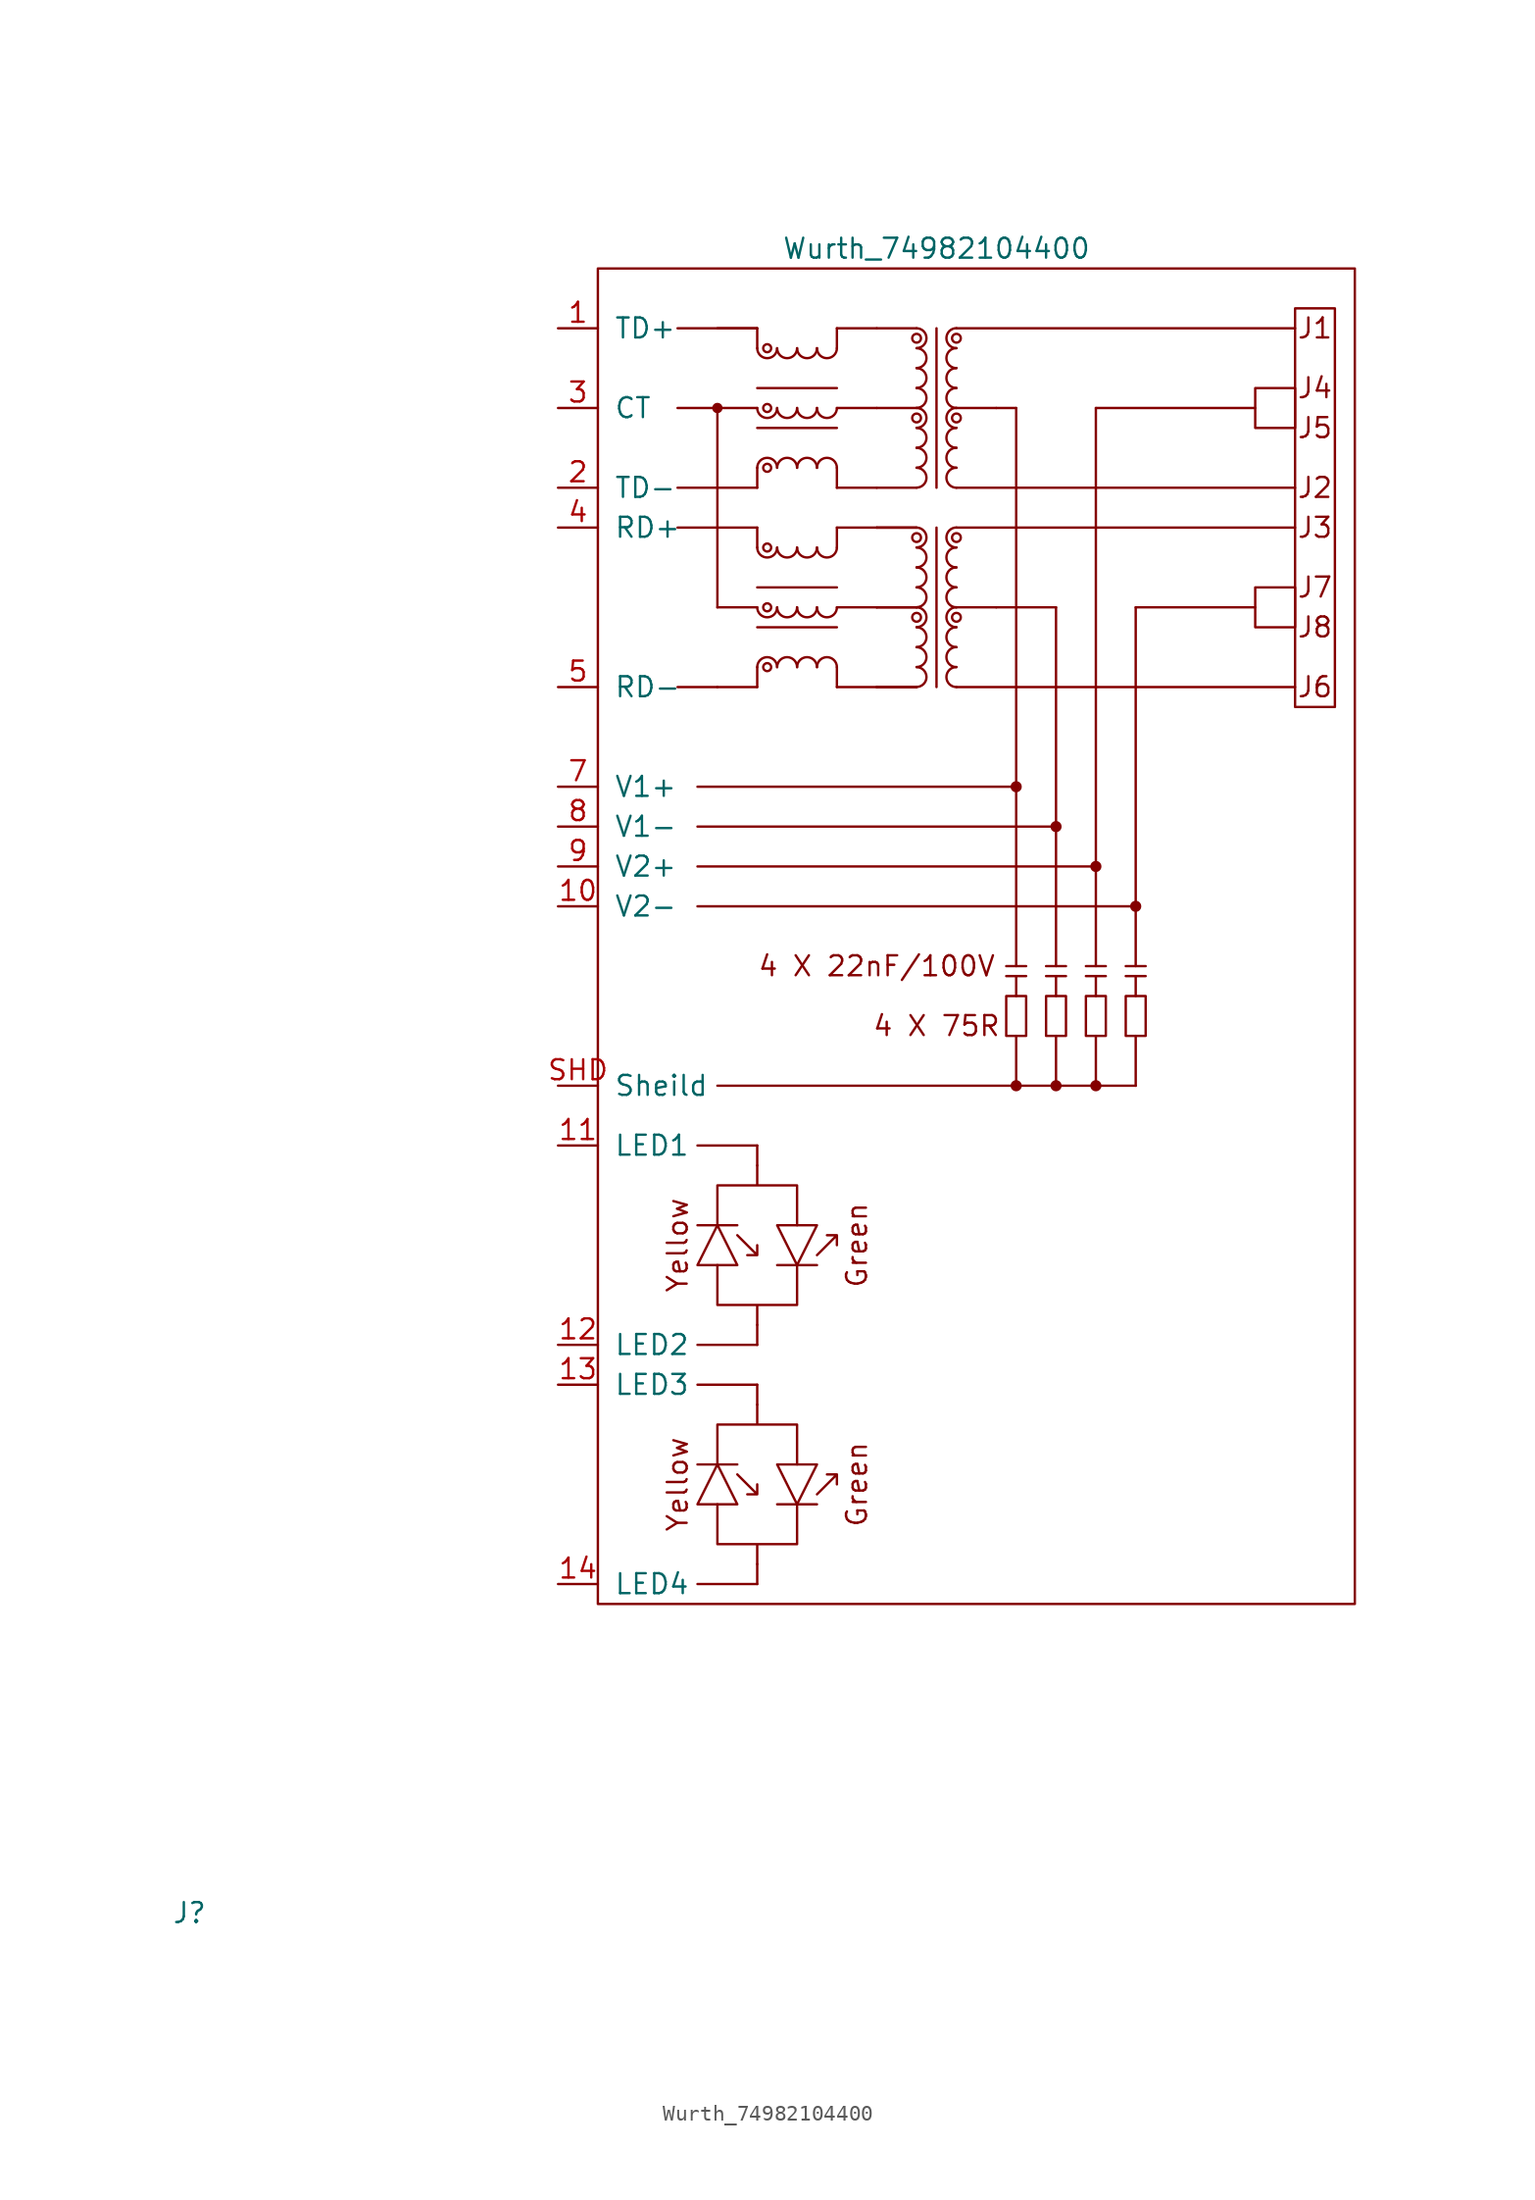
<source format=kicad_sym>
(kicad_symbol_lib
  (version 20211014)
  (generator kicad_symbol_editor)
  (symbol "Wurth_74982104400"
    (pin_names
      (offset 1.016))
    (property "Reference" "J"
      (at -50.165 -62.865 0)
      (effects (font (size 1.27 1.27))))
    (property "Value" "Wurth_74982104400"
      (at -2.54 43.18 0)
      (effects (font (size 1.27 1.27))))
    (symbol "Wurth_74982104400_0_0"
      (rectangle (start -19.05 15.24) (end -16.51 15.24) (stroke (width 0) (type default) (color 0 0 0 0)) (fill (type none)))
      (rectangle (start -19.05 25.4) (end -16.51 25.4) (stroke (width 0) (type default) (color 0 0 0 0)) (fill (type none)))
      (rectangle (start -19.05 27.94) (end -16.51 27.94) (stroke (width 0) (type default) (color 0 0 0 0)) (fill (type none)))
      (rectangle (start -19.05 33.02) (end -16.51 33.02) (stroke (width 0) (type default) (color 0 0 0 0)) (fill (type none)))
      (rectangle (start -19.05 38.1) (end -13.97 38.1) (stroke (width 0) (type default) (color 0 0 0 0)) (fill (type none)))
      (rectangle (start -17.78 -41.91) (end -13.97 -41.91) (stroke (width 0) (type default) (color 0 0 0 0)) (fill (type none)))
      (rectangle (start -17.78 -29.21) (end -13.97 -29.21) (stroke (width 0) (type default) (color 0 0 0 0)) (fill (type none)))
      (rectangle (start -17.78 -13.97) (end -13.97 -13.97) (stroke (width 0) (type default) (color 0 0 0 0)) (fill (type none)))
      (rectangle (start -17.78 1.27) (end 10.16 1.27) (stroke (width 0) (type default) (color 0 0 0 0)) (fill (type none)))
      (rectangle (start -17.78 3.81) (end 7.62 3.81) (stroke (width 0) (type default) (color 0 0 0 0)) (fill (type none)))
      (rectangle (start -17.78 6.35) (end 5.08 6.35) (stroke (width 0) (type default) (color 0 0 0 0)) (fill (type none)))
      (rectangle (start -17.78 8.89) (end 2.54 8.89) (stroke (width 0) (type default) (color 0 0 0 0)) (fill (type none)))
      (rectangle (start -16.51 20.32) (end -16.51 33.02) (stroke (width 0) (type default) (color 0 0 0 0)) (fill (type none)))
      (rectangle (start -16.51 27.94) (end -13.97 27.94) (stroke (width 0) (type default) (color 0 0 0 0)) (fill (type none)))
      (circle (center -16.51 33.02) (radius 0.254) (stroke (width 0) (type default) (color 0 0 0 0)) (fill (type outline)))
      (rectangle (start -13.97 -40.64) (end -13.97 -41.91) (stroke (width 0) (type default) (color 0 0 0 0)) (fill (type none)))
      (rectangle (start -13.97 -29.21) (end -13.97 -30.48) (stroke (width 0) (type default) (color 0 0 0 0)) (fill (type none)))
      (rectangle (start -13.97 -26.67) (end -17.78 -26.67) (stroke (width 0) (type default) (color 0 0 0 0)) (fill (type none)))
      (rectangle (start -13.97 -25.4) (end -13.97 -26.67) (stroke (width 0) (type default) (color 0 0 0 0)) (fill (type none)))
      (rectangle (start -13.97 -13.97) (end -13.97 -15.24) (stroke (width 0) (type default) (color 0 0 0 0)) (fill (type none)))
      (rectangle (start -13.97 29.21) (end -13.97 27.94) (stroke (width 0) (type default) (color 0 0 0 0)) (fill (type none)))
      (rectangle (start -13.97 31.75) (end -8.89 31.75) (stroke (width 0) (type default) (color 0 0 0 0)) (fill (type none)))
      (arc (start -13.97 33.02) (mid -13.335 32.385) (end -12.7 33.02) (stroke (width 0) (type default) (color 0 0 0 0)) (fill (type none)))
      (rectangle (start -13.97 34.29) (end -8.89 34.29) (stroke (width 0) (type default) (color 0 0 0 0)) (fill (type none)))
      (rectangle (start -13.97 36.83) (end -13.97 38.1) (stroke (width 0) (type default) (color 0 0 0 0)) (fill (type none)))
      (arc (start -13.97 36.83) (mid -13.335 36.195) (end -12.7 36.83) (stroke (width 0) (type default) (color 0 0 0 0)) (fill (type none)))
      (rectangle (start -13.97 38.1) (end -16.51 38.1) (stroke (width 0) (type default) (color 0 0 0 0)) (fill (type none)))
      (circle (center -13.335 29.21) (radius 0.254) (stroke (width 0) (type default) (color 0 0 0 0)) (fill (type none)))
      (circle (center -13.335 33.02) (radius 0.254) (stroke (width 0) (type default) (color 0 0 0 0)) (fill (type none)))
      (circle (center -13.335 36.83) (radius 0.254) (stroke (width 0) (type default) (color 0 0 0 0)) (fill (type none)))
      (arc (start -12.7 29.21) (mid -13.335 29.845) (end -13.97 29.21) (stroke (width 0) (type default) (color 0 0 0 0)) (fill (type none)))
      (arc (start -12.7 33.02) (mid -12.065 32.385) (end -11.43 33.02) (stroke (width 0) (type default) (color 0 0 0 0)) (fill (type none)))
      (arc (start -12.7 36.83) (mid -12.065 36.195) (end -11.43 36.83) (stroke (width 0) (type default) (color 0 0 0 0)) (fill (type none)))
      (arc (start -11.43 29.21) (mid -12.065 29.845) (end -12.7 29.21) (stroke (width 0) (type default) (color 0 0 0 0)) (fill (type none)))
      (arc (start -11.43 33.02) (mid -10.795 32.385) (end -10.16 33.02) (stroke (width 0) (type default) (color 0 0 0 0)) (fill (type none)))
      (arc (start -11.43 36.83) (mid -10.795 36.195) (end -10.16 36.83) (stroke (width 0) (type default) (color 0 0 0 0)) (fill (type none)))
      (arc (start -10.16 29.21) (mid -10.795 29.845) (end -11.43 29.21) (stroke (width 0) (type default) (color 0 0 0 0)) (fill (type none)))
      (arc (start -10.16 33.02) (mid -9.525 32.385) (end -8.89 33.02) (stroke (width 0) (type default) (color 0 0 0 0)) (fill (type none)))
      (arc (start -10.16 36.83) (mid -9.525 36.195) (end -8.89 36.83) (stroke (width 0) (type default) (color 0 0 0 0)) (fill (type none)))
      (rectangle (start -8.89 27.94) (end -6.35 27.94) (stroke (width 0) (type default) (color 0 0 0 0)) (fill (type none)))
      (arc (start -8.89 29.21) (mid -9.525 29.845) (end -10.16 29.21) (stroke (width 0) (type default) (color 0 0 0 0)) (fill (type none)))
      (rectangle (start -8.89 29.21) (end -8.89 27.94) (stroke (width 0) (type default) (color 0 0 0 0)) (fill (type none)))
      (rectangle (start -8.89 33.02) (end -6.35 33.02) (stroke (width 0) (type default) (color 0 0 0 0)) (fill (type none)))
      (rectangle (start -8.89 36.83) (end -8.89 38.1) (stroke (width 0) (type default) (color 0 0 0 0)) (fill (type none)))
      (rectangle (start -6.35 15.24) (end -3.81 15.24) (stroke (width 0) (type default) (color 0 0 0 0)) (fill (type none)))
      (rectangle (start -6.35 20.32) (end -3.81 20.32) (stroke (width 0) (type default) (color 0 0 0 0)) (fill (type none)))
      (rectangle (start -6.35 25.4) (end -3.81 25.4) (stroke (width 0) (type default) (color 0 0 0 0)) (fill (type none)))
      (rectangle (start -6.35 27.94) (end -3.81 27.94) (stroke (width 0) (type default) (color 0 0 0 0)) (fill (type none)))
      (rectangle (start -6.35 33.02) (end -3.81 33.02) (stroke (width 0) (type default) (color 0 0 0 0)) (fill (type none)))
      (rectangle (start -6.35 38.1) (end -8.89 38.1) (stroke (width 0) (type default) (color 0 0 0 0)) (fill (type none)))
      (rectangle (start -6.35 38.1) (end -3.81 38.1) (stroke (width 0) (type default) (color 0 0 0 0)) (fill (type none)))
      (arc (start -3.81 27.94) (mid -3.175 28.575) (end -3.81 29.21) (stroke (width 0) (type default) (color 0 0 0 0)) (fill (type none)))
      (arc (start -3.81 29.21) (mid -3.175 29.845) (end -3.81 30.48) (stroke (width 0) (type default) (color 0 0 0 0)) (fill (type none)))
      (arc (start -3.81 30.48) (mid -3.175 31.115) (end -3.81 31.75) (stroke (width 0) (type default) (color 0 0 0 0)) (fill (type none)))
      (arc (start -3.81 31.75) (mid -3.175 32.385) (end -3.81 33.02) (stroke (width 0) (type default) (color 0 0 0 0)) (fill (type none)))
      (circle (center -3.81 32.385) (radius 0.279) (stroke (width 0) (type default) (color 0 0 0 0)) (fill (type none)))
      (arc (start -3.81 33.02) (mid -3.175 33.655) (end -3.81 34.29) (stroke (width 0) (type default) (color 0 0 0 0)) (fill (type none)))
      (arc (start -3.81 34.29) (mid -3.175 34.925) (end -3.81 35.56) (stroke (width 0) (type default) (color 0 0 0 0)) (fill (type none)))
      (arc (start -3.81 35.56) (mid -3.175 36.195) (end -3.81 36.83) (stroke (width 0) (type default) (color 0 0 0 0)) (fill (type none)))
      (arc (start -3.81 36.83) (mid -3.175 37.465) (end -3.81 38.1) (stroke (width 0) (type default) (color 0 0 0 0)) (fill (type none)))
      (circle (center -3.81 37.465) (radius 0.279) (stroke (width 0) (type default) (color 0 0 0 0)) (fill (type none)))
      (rectangle (start -2.54 38.1) (end -2.54 27.94) (stroke (width 0) (type default) (color 0 0 0 0)) (fill (type none)))
      (rectangle (start -1.27 15.24) (end 20.32 15.24) (stroke (width 0) (type default) (color 0 0 0 0)) (fill (type none)))
      (rectangle (start -1.27 20.32) (end 1.27 20.32) (stroke (width 0) (type default) (color 0 0 0 0)) (fill (type none)))
      (rectangle (start -1.27 25.4) (end 20.32 25.4) (stroke (width 0) (type default) (color 0 0 0 0)) (fill (type none)))
      (rectangle (start -1.27 27.94) (end 20.32 27.94) (stroke (width 0) (type default) (color 0 0 0 0)) (fill (type none)))
      (arc (start -1.27 29.21) (mid -1.905 28.575) (end -1.27 27.94) (stroke (width 0) (type default) (color 0 0 0 0)) (fill (type none)))
      (arc (start -1.27 30.48) (mid -1.905 29.845) (end -1.27 29.21) (stroke (width 0) (type default) (color 0 0 0 0)) (fill (type none)))
      (arc (start -1.27 31.75) (mid -1.905 31.115) (end -1.27 30.48) (stroke (width 0) (type default) (color 0 0 0 0)) (fill (type none)))
      (circle (center -1.27 32.385) (radius 0.279) (stroke (width 0) (type default) (color 0 0 0 0)) (fill (type none)))
      (arc (start -1.27 33.02) (mid -1.905 32.385) (end -1.27 31.75) (stroke (width 0) (type default) (color 0 0 0 0)) (fill (type none)))
      (rectangle (start -1.27 33.02) (end 1.27 33.02) (stroke (width 0) (type default) (color 0 0 0 0)) (fill (type none)))
      (arc (start -1.27 34.29) (mid -1.905 33.655) (end -1.27 33.02) (stroke (width 0) (type default) (color 0 0 0 0)) (fill (type none)))
      (arc (start -1.27 35.56) (mid -1.905 34.925) (end -1.27 34.29) (stroke (width 0) (type default) (color 0 0 0 0)) (fill (type none)))
      (arc (start -1.27 36.83) (mid -1.905 36.195) (end -1.27 35.56) (stroke (width 0) (type default) (color 0 0 0 0)) (fill (type none)))
      (circle (center -1.27 37.465) (radius 0.279) (stroke (width 0) (type default) (color 0 0 0 0)) (fill (type none)))
      (arc (start -1.27 38.1) (mid -1.905 37.465) (end -1.27 36.83) (stroke (width 0) (type default) (color 0 0 0 0)) (fill (type none)))
      (rectangle (start -1.27 38.1) (end 20.32 38.1) (stroke (width 0) (type default) (color 0 0 0 0)) (fill (type none)))
      (polyline (pts (xy -16.51 33.02) (xy -13.97 33.02)) (stroke (width 0) (type default) (color 0 0 0 0)) (fill (type none)))
      (rectangle (start 1.27 20.32) (end 5.08 20.32) (stroke (width 0) (type default) (color 0 0 0 0)) (fill (type none)))
      (rectangle (start 1.27 33.02) (end 2.54 33.02) (stroke (width 0) (type default) (color 0 0 0 0)) (fill (type none)))
      (rectangle (start 1.905 -4.445) (end 3.175 -6.985) (stroke (width 0) (type default) (color 0 0 0 0)) (fill (type none)))
      (rectangle (start 1.905 -3.175) (end 3.175 -3.175) (stroke (width 0) (type default) (color 0 0 0 0)) (fill (type none)))
      (rectangle (start 1.905 -2.54) (end 3.175 -2.54) (stroke (width 0) (type default) (color 0 0 0 0)) (fill (type none)))
      (circle (center 2.54 -10.16) (radius 0.279) (stroke (width 0) (type default) (color 0 0 0 0)) (fill (type outline)))
      (rectangle (start 2.54 -6.985) (end 2.54 -10.16) (stroke (width 0) (type default) (color 0 0 0 0)) (fill (type none)))
      (rectangle (start 2.54 -3.175) (end 2.54 -4.445) (stroke (width 0) (type default) (color 0 0 0 0)) (fill (type none)))
      (circle (center 2.54 8.89) (radius 0.279) (stroke (width 0) (type default) (color 0 0 0 0)) (fill (type outline)))
      (rectangle (start 2.54 33.02) (end 2.54 -2.54) (stroke (width 0) (type default) (color 0 0 0 0)) (fill (type none)))
      (rectangle (start 4.445 -4.445) (end 5.715 -6.985) (stroke (width 0) (type default) (color 0 0 0 0)) (fill (type none)))
      (rectangle (start 4.445 -3.175) (end 5.715 -3.175) (stroke (width 0) (type default) (color 0 0 0 0)) (fill (type none)))
      (rectangle (start 4.445 -2.54) (end 5.715 -2.54) (stroke (width 0) (type default) (color 0 0 0 0)) (fill (type none)))
      (circle (center 5.08 -10.16) (radius 0.279) (stroke (width 0) (type default) (color 0 0 0 0)) (fill (type outline)))
      (rectangle (start 5.08 -6.985) (end 5.08 -10.16) (stroke (width 0) (type default) (color 0 0 0 0)) (fill (type none)))
      (rectangle (start 5.08 -3.175) (end 5.08 -4.445) (stroke (width 0) (type default) (color 0 0 0 0)) (fill (type none)))
      (rectangle (start 5.08 -2.54) (end 5.08 20.32) (stroke (width 0) (type default) (color 0 0 0 0)) (fill (type none)))
      (circle (center 5.08 6.35) (radius 0.279) (stroke (width 0) (type default) (color 0 0 0 0)) (fill (type outline)))
      (rectangle (start 6.985 -4.445) (end 8.255 -6.985) (stroke (width 0) (type default) (color 0 0 0 0)) (fill (type none)))
      (rectangle (start 6.985 -3.175) (end 8.255 -3.175) (stroke (width 0) (type default) (color 0 0 0 0)) (fill (type none)))
      (rectangle (start 6.985 -2.54) (end 8.255 -2.54) (stroke (width 0) (type default) (color 0 0 0 0)) (fill (type none)))
      (circle (center 7.62 -10.16) (radius 0.279) (stroke (width 0) (type default) (color 0 0 0 0)) (fill (type outline)))
      (rectangle (start 7.62 -6.985) (end 7.62 -10.16) (stroke (width 0) (type default) (color 0 0 0 0)) (fill (type none)))
      (rectangle (start 7.62 -3.175) (end 7.62 -4.445) (stroke (width 0) (type default) (color 0 0 0 0)) (fill (type none)))
      (rectangle (start 7.62 -2.54) (end 7.62 33.02) (stroke (width 0) (type default) (color 0 0 0 0)) (fill (type none)))
      (circle (center 7.62 3.81) (radius 0.279) (stroke (width 0) (type default) (color 0 0 0 0)) (fill (type outline)))
      (rectangle (start 9.525 -4.445) (end 10.795 -6.985) (stroke (width 0) (type default) (color 0 0 0 0)) (fill (type none)))
      (rectangle (start 9.525 -3.175) (end 10.795 -3.175) (stroke (width 0) (type default) (color 0 0 0 0)) (fill (type none)))
      (rectangle (start 9.525 -2.54) (end 10.795 -2.54) (stroke (width 0) (type default) (color 0 0 0 0)) (fill (type none)))
      (rectangle (start 10.16 -10.16) (end -16.51 -10.16) (stroke (width 0) (type default) (color 0 0 0 0)) (fill (type none)))
      (rectangle (start 10.16 -6.985) (end 10.16 -10.16) (stroke (width 0) (type default) (color 0 0 0 0)) (fill (type none)))
      (rectangle (start 10.16 -3.175) (end 10.16 -4.445) (stroke (width 0) (type default) (color 0 0 0 0)) (fill (type none)))
      (circle (center 10.16 1.27) (radius 0.279) (stroke (width 0) (type default) (color 0 0 0 0)) (fill (type outline)))
      (rectangle (start 10.16 20.32) (end 10.16 -2.54) (stroke (width 0) (type default) (color 0 0 0 0)) (fill (type none)))
      (rectangle (start 17.78 20.32) (end 10.16 20.32) (stroke (width 0) (type default) (color 0 0 0 0)) (fill (type none)))
      (rectangle (start 17.78 33.02) (end 7.62 33.02) (stroke (width 0) (type default) (color 0 0 0 0)) (fill (type none)))
      (rectangle (start 20.32 21.59) (end 17.78 19.05) (stroke (width 0) (type default) (color 0 0 0 0)) (fill (type none)))
      (rectangle (start 20.32 34.29) (end 17.78 31.75) (stroke (width 0) (type default) (color 0 0 0 0)) (fill (type none)))
      (text "4 X 22nF/100V" (at -6.35 -2.54 0) (effects (font (size 1.27 1.27))))
      (text "4 X 75R" (at -2.54 -6.35 0) (effects (font (size 1.27 1.27))))
      (text "Green" (at -7.62 -20.32 900) (effects (font (size 1.27 1.27))))
      (text "J1" (at 21.59 38.1 0) (effects (font (size 1.27 1.27))))
      (text "J2" (at 21.59 27.94 0) (effects (font (size 1.27 1.27))))
      (text "J3" (at 21.59 25.4 0) (effects (font (size 1.27 1.27))))
      (text "J4" (at 21.59 34.29 0) (effects (font (size 1.27 1.27))))
      (text "J5" (at 21.59 31.75 0) (effects (font (size 1.27 1.27))))
      (text "J6" (at 21.59 15.24 0) (effects (font (size 1.27 1.27))))
      (text "J7" (at 21.59 21.59 0) (effects (font (size 1.27 1.27))))
      (text "J8" (at 21.59 19.05 0) (effects (font (size 1.27 1.27))))
      (text "Yellow" (at -19.05 -20.32 900) (effects (font (size 1.27 1.27)))))
    (symbol "Wurth_74982104400_0_1"
      (rectangle (start -24.13 41.91) (end 24.13 -43.18) (stroke (width 0) (type default) (color 0 0 0 0)) (fill (type none)))
      (polyline (pts (xy -15.24 -19.05) (xy -17.78 -19.05)) (stroke (width 0) (type default) (color 0 0 0 0)) (fill (type none)))
      (polyline (pts (xy -12.7 -21.59) (xy -10.16 -21.59)) (stroke (width 0) (type default) (color 0 0 0 0)) (fill (type none)))
      (polyline (pts (xy -15.24 -21.59) (xy -16.51 -19.05) (xy -17.78 -21.59) (xy -15.24 -21.59)) (stroke (width 0) (type default) (color 0 0 0 0)) (fill (type none)))
      (polyline (pts (xy -10.16 -19.05) (xy -11.43 -21.59) (xy -12.7 -19.05) (xy -10.16 -19.05)) (stroke (width 0) (type default) (color 0 0 0 0)) (fill (type none)))
      (polyline (pts (xy -15.24 -19.685) (xy -13.97 -20.955) (xy -14.605 -20.955) (xy -13.97 -20.955) (xy -13.97 -20.32)) (stroke (width 0) (type default) (color 0 0 0 0)) (fill (type none)))
      (polyline (pts (xy -10.16 -20.955) (xy -8.89 -19.685) (xy -9.525 -19.685) (xy -8.89 -19.685) (xy -8.89 -20.32)) (stroke (width 0) (type default) (color 0 0 0 0)) (fill (type none)))
      (polyline (pts (xy -16.51 -19.05) (xy -16.51 -16.51) (xy -13.97 -16.51) (xy -13.97 -15.24) (xy -13.97 -16.51) (xy -11.43 -16.51) (xy -11.43 -19.05)) (stroke (width 0) (type default) (color 0 0 0 0)) (fill (type none)))
      (polyline (pts (xy -11.43 -21.59) (xy -11.43 -24.13) (xy -13.97 -24.13) (xy -13.97 -25.4) (xy -13.97 -24.13) (xy -16.51 -24.13) (xy -16.51 -21.59)) (stroke (width 0) (type default) (color 0 0 0 0)) (fill (type none)))
      (rectangle (start 22.86 39.37) (end 20.32 13.97) (stroke (width 0) (type default) (color 0 0 0 0)) (fill (type none))))
    (symbol "Wurth_74982104400_1_1"
      (rectangle (start -16.51 15.24) (end -13.97 15.24) (stroke (width 0) (type default) (color 0 0 0 0)) (fill (type none)))
      (rectangle (start -13.97 16.51) (end -13.97 15.24) (stroke (width 0) (type default) (color 0 0 0 0)) (fill (type none)))
      (rectangle (start -13.97 19.05) (end -8.89 19.05) (stroke (width 0) (type default) (color 0 0 0 0)) (fill (type none)))
      (arc (start -13.97 20.32) (mid -13.335 19.685) (end -12.7 20.32) (stroke (width 0) (type default) (color 0 0 0 0)) (fill (type none)))
      (rectangle (start -13.97 21.59) (end -8.89 21.59) (stroke (width 0) (type default) (color 0 0 0 0)) (fill (type none)))
      (rectangle (start -13.97 24.13) (end -13.97 25.4) (stroke (width 0) (type default) (color 0 0 0 0)) (fill (type none)))
      (arc (start -13.97 24.13) (mid -13.335 23.495) (end -12.7 24.13) (stroke (width 0) (type default) (color 0 0 0 0)) (fill (type none)))
      (rectangle (start -13.97 25.4) (end -16.51 25.4) (stroke (width 0) (type default) (color 0 0 0 0)) (fill (type none)))
      (circle (center -13.335 16.51) (radius 0.254) (stroke (width 0) (type default) (color 0 0 0 0)) (fill (type none)))
      (circle (center -13.335 20.32) (radius 0.254) (stroke (width 0) (type default) (color 0 0 0 0)) (fill (type none)))
      (circle (center -13.335 24.13) (radius 0.254) (stroke (width 0) (type default) (color 0 0 0 0)) (fill (type none)))
      (arc (start -12.7 16.51) (mid -13.335 17.145) (end -13.97 16.51) (stroke (width 0) (type default) (color 0 0 0 0)) (fill (type none)))
      (arc (start -12.7 20.32) (mid -12.065 19.685) (end -11.43 20.32) (stroke (width 0) (type default) (color 0 0 0 0)) (fill (type none)))
      (arc (start -12.7 24.13) (mid -12.065 23.495) (end -11.43 24.13) (stroke (width 0) (type default) (color 0 0 0 0)) (fill (type none)))
      (arc (start -11.43 16.51) (mid -12.065 17.145) (end -12.7 16.51) (stroke (width 0) (type default) (color 0 0 0 0)) (fill (type none)))
      (arc (start -11.43 20.32) (mid -10.795 19.685) (end -10.16 20.32) (stroke (width 0) (type default) (color 0 0 0 0)) (fill (type none)))
      (arc (start -11.43 24.13) (mid -10.795 23.495) (end -10.16 24.13) (stroke (width 0) (type default) (color 0 0 0 0)) (fill (type none)))
      (arc (start -10.16 16.51) (mid -10.795 17.145) (end -11.43 16.51) (stroke (width 0) (type default) (color 0 0 0 0)) (fill (type none)))
      (arc (start -10.16 20.32) (mid -9.525 19.685) (end -8.89 20.32) (stroke (width 0) (type default) (color 0 0 0 0)) (fill (type none)))
      (arc (start -10.16 24.13) (mid -9.525 23.495) (end -8.89 24.13) (stroke (width 0) (type default) (color 0 0 0 0)) (fill (type none)))
      (rectangle (start -8.89 15.24) (end -6.35 15.24) (stroke (width 0) (type default) (color 0 0 0 0)) (fill (type none)))
      (arc (start -8.89 16.51) (mid -9.525 17.145) (end -10.16 16.51) (stroke (width 0) (type default) (color 0 0 0 0)) (fill (type none)))
      (rectangle (start -8.89 16.51) (end -8.89 15.24) (stroke (width 0) (type default) (color 0 0 0 0)) (fill (type none)))
      (rectangle (start -8.89 20.32) (end -6.35 20.32) (stroke (width 0) (type default) (color 0 0 0 0)) (fill (type none)))
      (rectangle (start -8.89 24.13) (end -8.89 25.4) (stroke (width 0) (type default) (color 0 0 0 0)) (fill (type none)))
      (rectangle (start -6.35 15.24) (end -3.81 15.24) (stroke (width 0) (type default) (color 0 0 0 0)) (fill (type none)))
      (rectangle (start -6.35 20.32) (end -3.81 20.32) (stroke (width 0) (type default) (color 0 0 0 0)) (fill (type none)))
      (rectangle (start -6.35 25.4) (end -8.89 25.4) (stroke (width 0) (type default) (color 0 0 0 0)) (fill (type none)))
      (rectangle (start -6.35 25.4) (end -3.81 25.4) (stroke (width 0) (type default) (color 0 0 0 0)) (fill (type none)))
      (arc (start -3.81 15.24) (mid -3.175 15.875) (end -3.81 16.51) (stroke (width 0) (type default) (color 0 0 0 0)) (fill (type none)))
      (arc (start -3.81 16.51) (mid -3.175 17.145) (end -3.81 17.78) (stroke (width 0) (type default) (color 0 0 0 0)) (fill (type none)))
      (arc (start -3.81 17.78) (mid -3.175 18.415) (end -3.81 19.05) (stroke (width 0) (type default) (color 0 0 0 0)) (fill (type none)))
      (arc (start -3.81 19.05) (mid -3.175 19.685) (end -3.81 20.32) (stroke (width 0) (type default) (color 0 0 0 0)) (fill (type none)))
      (circle (center -3.81 19.685) (radius 0.279) (stroke (width 0) (type default) (color 0 0 0 0)) (fill (type none)))
      (arc (start -3.81 20.32) (mid -3.175 20.955) (end -3.81 21.59) (stroke (width 0) (type default) (color 0 0 0 0)) (fill (type none)))
      (arc (start -3.81 21.59) (mid -3.175 22.225) (end -3.81 22.86) (stroke (width 0) (type default) (color 0 0 0 0)) (fill (type none)))
      (arc (start -3.81 22.86) (mid -3.175 23.495) (end -3.81 24.13) (stroke (width 0) (type default) (color 0 0 0 0)) (fill (type none)))
      (arc (start -3.81 24.13) (mid -3.175 24.765) (end -3.81 25.4) (stroke (width 0) (type default) (color 0 0 0 0)) (fill (type none)))
      (circle (center -3.81 24.765) (radius 0.279) (stroke (width 0) (type default) (color 0 0 0 0)) (fill (type none)))
      (rectangle (start -2.54 25.4) (end -2.54 15.24) (stroke (width 0) (type default) (color 0 0 0 0)) (fill (type none)))
      (arc (start -1.27 16.51) (mid -1.905 15.875) (end -1.27 15.24) (stroke (width 0) (type default) (color 0 0 0 0)) (fill (type none)))
      (arc (start -1.27 17.78) (mid -1.905 17.145) (end -1.27 16.51) (stroke (width 0) (type default) (color 0 0 0 0)) (fill (type none)))
      (arc (start -1.27 19.05) (mid -1.905 18.415) (end -1.27 17.78) (stroke (width 0) (type default) (color 0 0 0 0)) (fill (type none)))
      (circle (center -1.27 19.685) (radius 0.279) (stroke (width 0) (type default) (color 0 0 0 0)) (fill (type none)))
      (arc (start -1.27 20.32) (mid -1.905 19.685) (end -1.27 19.05) (stroke (width 0) (type default) (color 0 0 0 0)) (fill (type none)))
      (arc (start -1.27 21.59) (mid -1.905 20.955) (end -1.27 20.32) (stroke (width 0) (type default) (color 0 0 0 0)) (fill (type none)))
      (arc (start -1.27 22.86) (mid -1.905 22.225) (end -1.27 21.59) (stroke (width 0) (type default) (color 0 0 0 0)) (fill (type none)))
      (arc (start -1.27 24.13) (mid -1.905 23.495) (end -1.27 22.86) (stroke (width 0) (type default) (color 0 0 0 0)) (fill (type none)))
      (circle (center -1.27 24.765) (radius 0.279) (stroke (width 0) (type default) (color 0 0 0 0)) (fill (type none)))
      (arc (start -1.27 25.4) (mid -1.905 24.765) (end -1.27 24.13) (stroke (width 0) (type default) (color 0 0 0 0)) (fill (type none)))
      (polyline (pts (xy -16.51 20.32) (xy -13.97 20.32)) (stroke (width 0) (type default) (color 0 0 0 0)) (fill (type none)))
      (polyline (pts (xy -15.24 -34.29) (xy -17.78 -34.29)) (stroke (width 0) (type default) (color 0 0 0 0)) (fill (type none)))
      (polyline (pts (xy -12.7 -36.83) (xy -10.16 -36.83)) (stroke (width 0) (type default) (color 0 0 0 0)) (fill (type none)))
      (polyline (pts (xy -15.24 -36.83) (xy -16.51 -34.29) (xy -17.78 -36.83) (xy -15.24 -36.83)) (stroke (width 0) (type default) (color 0 0 0 0)) (fill (type none)))
      (polyline (pts (xy -10.16 -34.29) (xy -11.43 -36.83) (xy -12.7 -34.29) (xy -10.16 -34.29)) (stroke (width 0) (type default) (color 0 0 0 0)) (fill (type none)))
      (polyline (pts (xy -15.24 -34.925) (xy -13.97 -36.195) (xy -14.605 -36.195) (xy -13.97 -36.195) (xy -13.97 -35.56)) (stroke (width 0) (type default) (color 0 0 0 0)) (fill (type none)))
      (polyline (pts (xy -10.16 -36.195) (xy -8.89 -34.925) (xy -9.525 -34.925) (xy -8.89 -34.925) (xy -8.89 -35.56)) (stroke (width 0) (type default) (color 0 0 0 0)) (fill (type none)))
      (polyline (pts (xy -16.51 -34.29) (xy -16.51 -31.75) (xy -13.97 -31.75) (xy -13.97 -30.48) (xy -13.97 -31.75) (xy -11.43 -31.75) (xy -11.43 -34.29)) (stroke (width 0) (type default) (color 0 0 0 0)) (fill (type none)))
      (polyline (pts (xy -11.43 -36.83) (xy -11.43 -39.37) (xy -13.97 -39.37) (xy -13.97 -40.64) (xy -13.97 -39.37) (xy -16.51 -39.37) (xy -16.51 -36.83)) (stroke (width 0) (type default) (color 0 0 0 0)) (fill (type none)))
      (text "Green" (at -7.62 -35.56 900) (effects (font (size 1.27 1.27))))
      (text "Yellow" (at -19.05 -35.56 900) (effects (font (size 1.27 1.27))))
      (pin passive line (at -26.67 38.1 0) (length 2.54) (name "TD+" (effects (font (size 1.27 1.27)))) (number "1" (effects (font (size 1.27 1.27)))))
      (pin bidirectional line (at -26.67 1.27 0) (length 2.54) (name "V2-" (effects (font (size 1.27 1.27)))) (number "10" (effects (font (size 1.27 1.27)))))
      (pin passive line (at -26.67 -13.97 0) (length 2.54) (name "LED1" (effects (font (size 1.27 1.27)))) (number "11" (effects (font (size 1.27 1.27)))))
      (pin passive line (at -26.67 -26.67 0) (length 2.54) (name "LED2" (effects (font (size 1.27 1.27)))) (number "12" (effects (font (size 1.27 1.27)))))
      (pin passive line (at -26.67 -29.21 0) (length 2.54) (name "LED3" (effects (font (size 1.27 1.27)))) (number "13" (effects (font (size 1.27 1.27)))))
      (pin passive line (at -26.67 -41.91 0) (length 2.54) (name "LED4" (effects (font (size 1.27 1.27)))) (number "14" (effects (font (size 1.27 1.27)))))
      (pin passive line (at -26.67 27.94 0) (length 2.54) (name "TD-" (effects (font (size 1.27 1.27)))) (number "2" (effects (font (size 1.27 1.27)))))
      (pin passive line (at -26.67 33.02 0) (length 2.54) (name "CT" (effects (font (size 1.27 1.27)))) (number "3" (effects (font (size 1.27 1.27)))))
      (pin passive line (at -26.67 25.4 0) (length 2.54) (name "RD+" (effects (font (size 1.27 1.27)))) (number "4" (effects (font (size 1.27 1.27)))))
      (pin passive line (at -26.67 15.24 0) (length 2.54) (name "RD-" (effects (font (size 1.27 1.27)))) (number "5" (effects (font (size 1.27 1.27)))))
      (pin bidirectional line (at -26.67 8.89 0) (length 2.54) (name "V1+" (effects (font (size 1.27 1.27)))) (number "7" (effects (font (size 1.27 1.27)))))
      (pin bidirectional line (at -26.67 6.35 0) (length 2.54) (name "V1-" (effects (font (size 1.27 1.27)))) (number "8" (effects (font (size 1.27 1.27)))))
      (pin bidirectional line (at -26.67 3.81 0) (length 2.54) (name "V2+" (effects (font (size 1.27 1.27)))) (number "9" (effects (font (size 1.27 1.27)))))
      (pin passive line (at -26.67 -10.16 0) (length 2.54) (name "Sheild" (effects (font (size 1.27 1.27)))) (number "SHD" (effects (font (size 1.27 1.27))))))))
</source>
